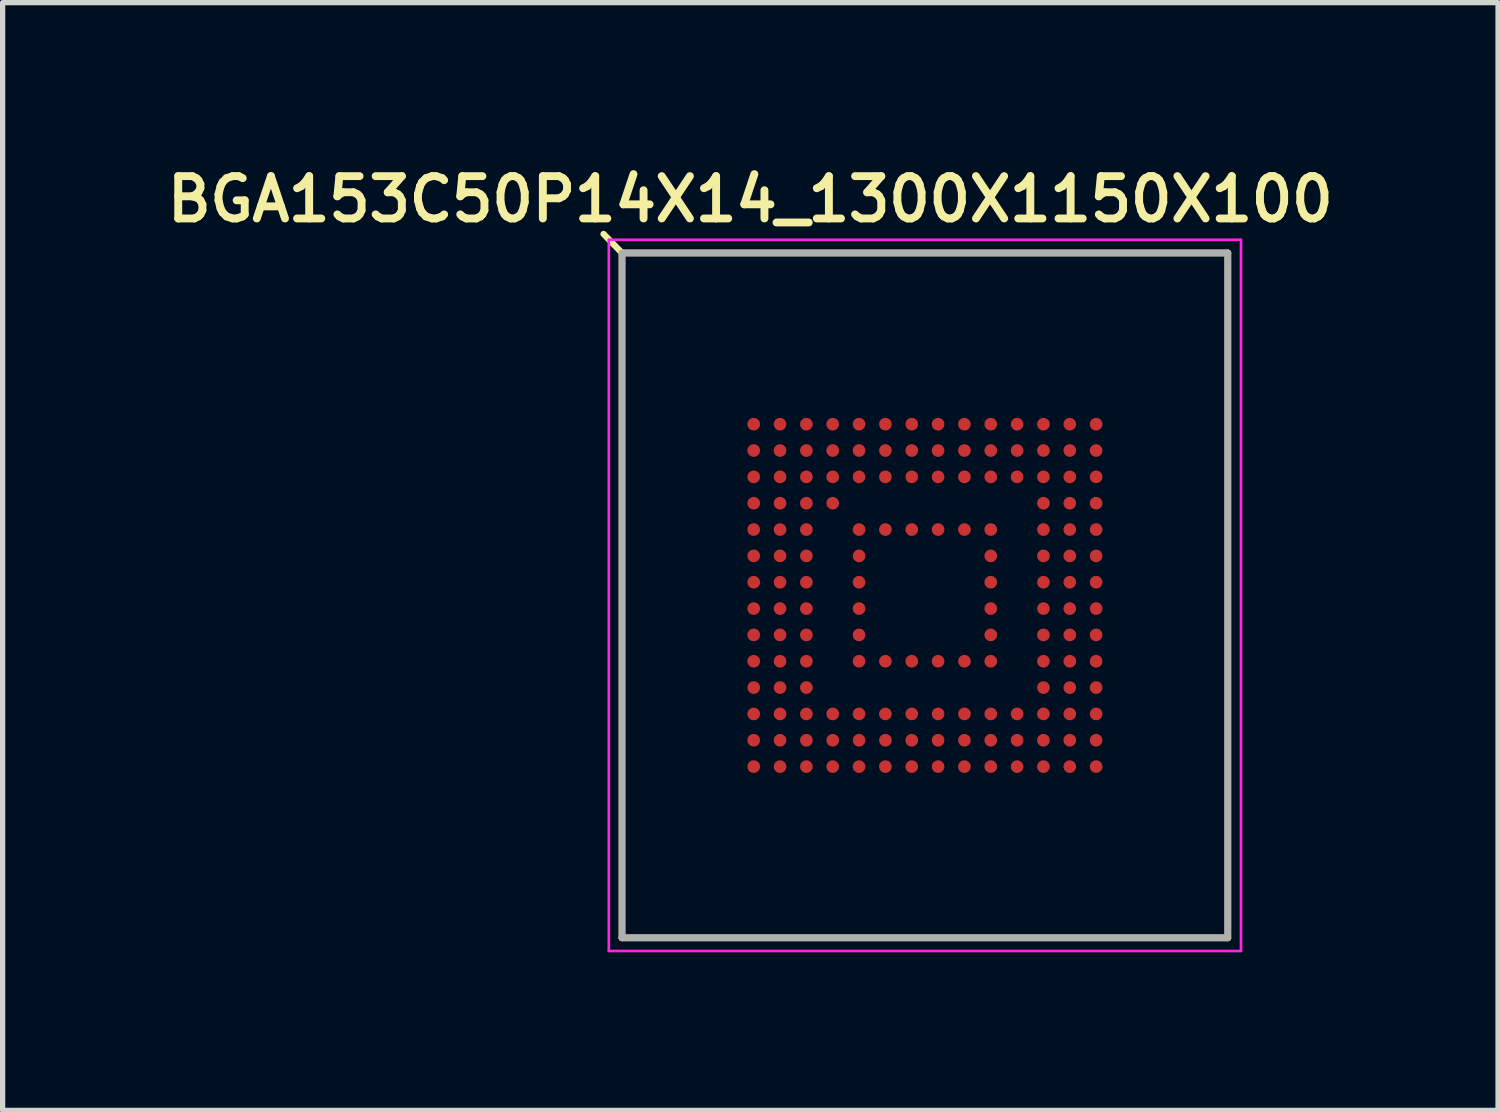
<source format=kicad_pcb>
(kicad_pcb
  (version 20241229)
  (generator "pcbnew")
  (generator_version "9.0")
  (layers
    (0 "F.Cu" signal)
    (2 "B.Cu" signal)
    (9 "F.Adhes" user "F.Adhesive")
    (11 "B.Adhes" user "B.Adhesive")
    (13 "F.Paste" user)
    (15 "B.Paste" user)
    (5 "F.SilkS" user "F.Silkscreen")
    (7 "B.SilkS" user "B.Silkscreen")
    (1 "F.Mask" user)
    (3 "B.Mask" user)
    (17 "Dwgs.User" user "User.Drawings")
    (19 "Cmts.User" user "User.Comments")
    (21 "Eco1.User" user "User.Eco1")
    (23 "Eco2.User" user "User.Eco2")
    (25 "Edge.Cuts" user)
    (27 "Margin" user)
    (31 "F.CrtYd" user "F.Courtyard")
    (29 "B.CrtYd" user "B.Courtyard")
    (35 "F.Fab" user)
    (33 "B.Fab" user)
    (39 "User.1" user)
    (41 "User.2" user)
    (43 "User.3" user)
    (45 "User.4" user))
  (footprint "BGA153C50P14X14_1300X1150X100"
    (layer "F.Cu")
    (at 14.507 8.252)
    (property "Reference" "BGA153C50P14X14_1300X1150X100" (at -3.314 -7.519 0) (layer "F.SilkS") (effects (font (size 0.803 0.803) (thickness 0.15))))
    (attr through_hole)
    (fp_line (start -5.75 -6.5) (end -6.1 -6.86) (stroke (width 0.12) (type solid)) (layer "F.SilkS"))
    (fp_line (start -5.75 -6.5) (end -5.75 6.5) (stroke (width 0.127) (type solid)) (layer "F.SilkS"))
    (fp_line (start -5.75 6.5) (end 5.75 6.5) (stroke (width 0.127) (type solid)) (layer "F.SilkS"))
    (fp_line (start 5.75 -6.5) (end -5.75 -6.5) (stroke (width 0.127) (type solid)) (layer "F.SilkS"))
    (fp_line (start 5.75 6.5) (end 5.75 -6.5) (stroke (width 0.127) (type solid)) (layer "F.SilkS"))
    (fp_line (start -6 -6.75) (end -6 6.75) (stroke (width 0.05) (type solid)) (layer "F.CrtYd"))
    (fp_line (start -6 6.75) (end 6 6.75) (stroke (width 0.05) (type solid)) (layer "F.CrtYd"))
    (fp_line (start 6 -6.75) (end -6 -6.75) (stroke (width 0.05) (type solid)) (layer "F.CrtYd"))
    (fp_line (start 6 6.75) (end 6 -6.75) (stroke (width 0.05) (type solid)) (layer "F.CrtYd"))
    (fp_line (start -5.75 -6.5) (end -5.75 6.5) (stroke (width 0.127) (type solid)) (layer "F.Fab"))
    (fp_line (start -5.75 6.5) (end 5.75 6.5) (stroke (width 0.127) (type solid)) (layer "F.Fab"))
    (fp_line (start 5.75 -6.5) (end -5.75 -6.5) (stroke (width 0.127) (type solid)) (layer "F.Fab"))
    (fp_line (start 5.75 6.5) (end 5.75 -6.5) (stroke (width 0.127) (type solid)) (layer "F.Fab"))
    (pad "A1" smd circle (at -3.25 -3.25 90) (size 0.24 0.24) (layers "F.Cu" "F.Mask" "F.Paste"))
    (pad "A2" smd circle (at -2.75 -3.25 90) (size 0.24 0.24) (layers "F.Cu" "F.Mask" "F.Paste"))
    (pad "A3" smd circle (at -2.25 -3.25 90) (size 0.24 0.24) (layers "F.Cu" "F.Mask" "F.Paste"))
    (pad "A4" smd circle (at -1.75 -3.25 90) (size 0.24 0.24) (layers "F.Cu" "F.Mask" "F.Paste"))
    (pad "A5" smd circle (at -1.25 -3.25 90) (size 0.24 0.24) (layers "F.Cu" "F.Mask" "F.Paste"))
    (pad "A6" smd circle (at -0.75 -3.25 90) (size 0.24 0.24) (layers "F.Cu" "F.Mask" "F.Paste"))
    (pad "A7" smd circle (at -0.25 -3.25 90) (size 0.24 0.24) (layers "F.Cu" "F.Mask" "F.Paste"))
    (pad "A8" smd circle (at 0.25 -3.25 90) (size 0.24 0.24) (layers "F.Cu" "F.Mask" "F.Paste"))
    (pad "A9" smd circle (at 0.75 -3.25 90) (size 0.24 0.24) (layers "F.Cu" "F.Mask" "F.Paste"))
    (pad "A10" smd circle (at 1.25 -3.25 90) (size 0.24 0.24) (layers "F.Cu" "F.Mask" "F.Paste"))
    (pad "A11" smd circle (at 1.75 -3.25 90) (size 0.24 0.24) (layers "F.Cu" "F.Mask" "F.Paste"))
    (pad "A12" smd circle (at 2.25 -3.25 90) (size 0.24 0.24) (layers "F.Cu" "F.Mask" "F.Paste"))
    (pad "A13" smd circle (at 2.75 -3.25 90) (size 0.24 0.24) (layers "F.Cu" "F.Mask" "F.Paste"))
    (pad "A14" smd circle (at 3.25 -3.25 90) (size 0.24 0.24) (layers "F.Cu" "F.Mask" "F.Paste"))
    (pad "B1" smd circle (at -3.25 -2.75 90) (size 0.24 0.24) (layers "F.Cu" "F.Mask" "F.Paste"))
    (pad "B2" smd circle (at -2.75 -2.75 90) (size 0.24 0.24) (layers "F.Cu" "F.Mask" "F.Paste"))
    (pad "B3" smd circle (at -2.25 -2.75 90) (size 0.24 0.24) (layers "F.Cu" "F.Mask" "F.Paste"))
    (pad "B4" smd circle (at -1.75 -2.75 90) (size 0.24 0.24) (layers "F.Cu" "F.Mask" "F.Paste"))
    (pad "B5" smd circle (at -1.25 -2.75 90) (size 0.24 0.24) (layers "F.Cu" "F.Mask" "F.Paste"))
    (pad "B6" smd circle (at -0.75 -2.75 90) (size 0.24 0.24) (layers "F.Cu" "F.Mask" "F.Paste"))
    (pad "B7" smd circle (at -0.25 -2.75 90) (size 0.24 0.24) (layers "F.Cu" "F.Mask" "F.Paste"))
    (pad "B8" smd circle (at 0.25 -2.75 90) (size 0.24 0.24) (layers "F.Cu" "F.Mask" "F.Paste"))
    (pad "B9" smd circle (at 0.75 -2.75 90) (size 0.24 0.24) (layers "F.Cu" "F.Mask" "F.Paste"))
    (pad "B10" smd circle (at 1.25 -2.75 90) (size 0.24 0.24) (layers "F.Cu" "F.Mask" "F.Paste"))
    (pad "B11" smd circle (at 1.75 -2.75 90) (size 0.24 0.24) (layers "F.Cu" "F.Mask" "F.Paste"))
    (pad "B12" smd circle (at 2.25 -2.75 90) (size 0.24 0.24) (layers "F.Cu" "F.Mask" "F.Paste"))
    (pad "B13" smd circle (at 2.75 -2.75 90) (size 0.24 0.24) (layers "F.Cu" "F.Mask" "F.Paste"))
    (pad "B14" smd circle (at 3.25 -2.75 90) (size 0.24 0.24) (layers "F.Cu" "F.Mask" "F.Paste"))
    (pad "C1" smd circle (at -3.25 -2.25 90) (size 0.24 0.24) (layers "F.Cu" "F.Mask" "F.Paste"))
    (pad "C2" smd circle (at -2.75 -2.25 90) (size 0.24 0.24) (layers "F.Cu" "F.Mask" "F.Paste"))
    (pad "C3" smd circle (at -2.25 -2.25 90) (size 0.24 0.24) (layers "F.Cu" "F.Mask" "F.Paste"))
    (pad "C4" smd circle (at -1.75 -2.25 90) (size 0.24 0.24) (layers "F.Cu" "F.Mask" "F.Paste"))
    (pad "C5" smd circle (at -1.25 -2.25 90) (size 0.24 0.24) (layers "F.Cu" "F.Mask" "F.Paste"))
    (pad "C6" smd circle (at -0.75 -2.25 90) (size 0.24 0.24) (layers "F.Cu" "F.Mask" "F.Paste"))
    (pad "C7" smd circle (at -0.25 -2.25 90) (size 0.24 0.24) (layers "F.Cu" "F.Mask" "F.Paste"))
    (pad "C8" smd circle (at 0.25 -2.25 90) (size 0.24 0.24) (layers "F.Cu" "F.Mask" "F.Paste"))
    (pad "C9" smd circle (at 0.75 -2.25 90) (size 0.24 0.24) (layers "F.Cu" "F.Mask" "F.Paste"))
    (pad "C10" smd circle (at 1.25 -2.25 90) (size 0.24 0.24) (layers "F.Cu" "F.Mask" "F.Paste"))
    (pad "C11" smd circle (at 1.75 -2.25 90) (size 0.24 0.24) (layers "F.Cu" "F.Mask" "F.Paste"))
    (pad "C12" smd circle (at 2.25 -2.25 90) (size 0.24 0.24) (layers "F.Cu" "F.Mask" "F.Paste"))
    (pad "C13" smd circle (at 2.75 -2.25 90) (size 0.24 0.24) (layers "F.Cu" "F.Mask" "F.Paste"))
    (pad "C14" smd circle (at 3.25 -2.25 90) (size 0.24 0.24) (layers "F.Cu" "F.Mask" "F.Paste"))
    (pad "D1" smd circle (at -3.25 -1.75 90) (size 0.24 0.24) (layers "F.Cu" "F.Mask" "F.Paste"))
    (pad "D2" smd circle (at -2.75 -1.75 90) (size 0.24 0.24) (layers "F.Cu" "F.Mask" "F.Paste"))
    (pad "D3" smd circle (at -2.25 -1.75 90) (size 0.24 0.24) (layers "F.Cu" "F.Mask" "F.Paste"))
    (pad "D4" smd circle (at -1.75 -1.75 90) (size 0.24 0.24) (layers "F.Cu" "F.Mask" "F.Paste"))
    (pad "D12" smd circle (at 2.25 -1.75 90) (size 0.24 0.24) (layers "F.Cu" "F.Mask" "F.Paste"))
    (pad "D13" smd circle (at 2.75 -1.75 90) (size 0.24 0.24) (layers "F.Cu" "F.Mask" "F.Paste"))
    (pad "D14" smd circle (at 3.25 -1.75 90) (size 0.24 0.24) (layers "F.Cu" "F.Mask" "F.Paste"))
    (pad "E1" smd circle (at -3.25 -1.25 90) (size 0.24 0.24) (layers "F.Cu" "F.Mask" "F.Paste"))
    (pad "E2" smd circle (at -2.75 -1.25 90) (size 0.24 0.24) (layers "F.Cu" "F.Mask" "F.Paste"))
    (pad "E3" smd circle (at -2.25 -1.25 90) (size 0.24 0.24) (layers "F.Cu" "F.Mask" "F.Paste"))
    (pad "E5" smd circle (at -1.25 -1.25 90) (size 0.24 0.24) (layers "F.Cu" "F.Mask" "F.Paste"))
    (pad "E6" smd circle (at -0.75 -1.25 90) (size 0.24 0.24) (layers "F.Cu" "F.Mask" "F.Paste"))
    (pad "E7" smd circle (at -0.25 -1.25 90) (size 0.24 0.24) (layers "F.Cu" "F.Mask" "F.Paste"))
    (pad "E8" smd circle (at 0.25 -1.25 90) (size 0.24 0.24) (layers "F.Cu" "F.Mask" "F.Paste"))
    (pad "E9" smd circle (at 0.75 -1.25 90) (size 0.24 0.24) (layers "F.Cu" "F.Mask" "F.Paste"))
    (pad "E10" smd circle (at 1.25 -1.25 90) (size 0.24 0.24) (layers "F.Cu" "F.Mask" "F.Paste"))
    (pad "E12" smd circle (at 2.25 -1.25 90) (size 0.24 0.24) (layers "F.Cu" "F.Mask" "F.Paste"))
    (pad "E13" smd circle (at 2.75 -1.25 90) (size 0.24 0.24) (layers "F.Cu" "F.Mask" "F.Paste"))
    (pad "E14" smd circle (at 3.25 -1.25 90) (size 0.24 0.24) (layers "F.Cu" "F.Mask" "F.Paste"))
    (pad "F1" smd circle (at -3.25 -0.75 90) (size 0.24 0.24) (layers "F.Cu" "F.Mask" "F.Paste"))
    (pad "F2" smd circle (at -2.75 -0.75 90) (size 0.24 0.24) (layers "F.Cu" "F.Mask" "F.Paste"))
    (pad "F3" smd circle (at -2.25 -0.75 90) (size 0.24 0.24) (layers "F.Cu" "F.Mask" "F.Paste"))
    (pad "F5" smd circle (at -1.25 -0.75 90) (size 0.24 0.24) (layers "F.Cu" "F.Mask" "F.Paste"))
    (pad "F10" smd circle (at 1.25 -0.75 90) (size 0.24 0.24) (layers "F.Cu" "F.Mask" "F.Paste"))
    (pad "F12" smd circle (at 2.25 -0.75 90) (size 0.24 0.24) (layers "F.Cu" "F.Mask" "F.Paste"))
    (pad "F13" smd circle (at 2.75 -0.75 90) (size 0.24 0.24) (layers "F.Cu" "F.Mask" "F.Paste"))
    (pad "F14" smd circle (at 3.25 -0.75 90) (size 0.24 0.24) (layers "F.Cu" "F.Mask" "F.Paste"))
    (pad "G1" smd circle (at -3.25 -0.25 90) (size 0.24 0.24) (layers "F.Cu" "F.Mask" "F.Paste"))
    (pad "G2" smd circle (at -2.75 -0.25 90) (size 0.24 0.24) (layers "F.Cu" "F.Mask" "F.Paste"))
    (pad "G3" smd circle (at -2.25 -0.25 90) (size 0.24 0.24) (layers "F.Cu" "F.Mask" "F.Paste"))
    (pad "G5" smd circle (at -1.25 -0.25 90) (size 0.24 0.24) (layers "F.Cu" "F.Mask" "F.Paste"))
    (pad "G10" smd circle (at 1.25 -0.25 90) (size 0.24 0.24) (layers "F.Cu" "F.Mask" "F.Paste"))
    (pad "G12" smd circle (at 2.25 -0.25 90) (size 0.24 0.24) (layers "F.Cu" "F.Mask" "F.Paste"))
    (pad "G13" smd circle (at 2.75 -0.25 90) (size 0.24 0.24) (layers "F.Cu" "F.Mask" "F.Paste"))
    (pad "G14" smd circle (at 3.25 -0.25 90) (size 0.24 0.24) (layers "F.Cu" "F.Mask" "F.Paste"))
    (pad "H1" smd circle (at -3.25 0.25 90) (size 0.24 0.24) (layers "F.Cu" "F.Mask" "F.Paste"))
    (pad "H2" smd circle (at -2.75 0.25 90) (size 0.24 0.24) (layers "F.Cu" "F.Mask" "F.Paste"))
    (pad "H3" smd circle (at -2.25 0.25 90) (size 0.24 0.24) (layers "F.Cu" "F.Mask" "F.Paste"))
    (pad "H5" smd circle (at -1.25 0.25 90) (size 0.24 0.24) (layers "F.Cu" "F.Mask" "F.Paste"))
    (pad "H10" smd circle (at 1.25 0.25 90) (size 0.24 0.24) (layers "F.Cu" "F.Mask" "F.Paste"))
    (pad "H12" smd circle (at 2.25 0.25 90) (size 0.24 0.24) (layers "F.Cu" "F.Mask" "F.Paste"))
    (pad "H13" smd circle (at 2.75 0.25 90) (size 0.24 0.24) (layers "F.Cu" "F.Mask" "F.Paste"))
    (pad "H14" smd circle (at 3.25 0.25 90) (size 0.24 0.24) (layers "F.Cu" "F.Mask" "F.Paste"))
    (pad "J1" smd circle (at -3.25 0.75 90) (size 0.24 0.24) (layers "F.Cu" "F.Mask" "F.Paste"))
    (pad "J2" smd circle (at -2.75 0.75 90) (size 0.24 0.24) (layers "F.Cu" "F.Mask" "F.Paste"))
    (pad "J3" smd circle (at -2.25 0.75 90) (size 0.24 0.24) (layers "F.Cu" "F.Mask" "F.Paste"))
    (pad "J5" smd circle (at -1.25 0.75 90) (size 0.24 0.24) (layers "F.Cu" "F.Mask" "F.Paste"))
    (pad "J10" smd circle (at 1.25 0.75 90) (size 0.24 0.24) (layers "F.Cu" "F.Mask" "F.Paste"))
    (pad "J12" smd circle (at 2.25 0.75 90) (size 0.24 0.24) (layers "F.Cu" "F.Mask" "F.Paste"))
    (pad "J13" smd circle (at 2.75 0.75 90) (size 0.24 0.24) (layers "F.Cu" "F.Mask" "F.Paste"))
    (pad "J14" smd circle (at 3.25 0.75 90) (size 0.24 0.24) (layers "F.Cu" "F.Mask" "F.Paste"))
    (pad "K1" smd circle (at -3.25 1.25 90) (size 0.24 0.24) (layers "F.Cu" "F.Mask" "F.Paste"))
    (pad "K2" smd circle (at -2.75 1.25 90) (size 0.24 0.24) (layers "F.Cu" "F.Mask" "F.Paste"))
    (pad "K3" smd circle (at -2.25 1.25 90) (size 0.24 0.24) (layers "F.Cu" "F.Mask" "F.Paste"))
    (pad "K5" smd circle (at -1.25 1.25 90) (size 0.24 0.24) (layers "F.Cu" "F.Mask" "F.Paste"))
    (pad "K6" smd circle (at -0.75 1.25 90) (size 0.24 0.24) (layers "F.Cu" "F.Mask" "F.Paste"))
    (pad "K7" smd circle (at -0.25 1.25 90) (size 0.24 0.24) (layers "F.Cu" "F.Mask" "F.Paste"))
    (pad "K8" smd circle (at 0.25 1.25 90) (size 0.24 0.24) (layers "F.Cu" "F.Mask" "F.Paste"))
    (pad "K9" smd circle (at 0.75 1.25 90) (size 0.24 0.24) (layers "F.Cu" "F.Mask" "F.Paste"))
    (pad "K10" smd circle (at 1.25 1.25 90) (size 0.24 0.24) (layers "F.Cu" "F.Mask" "F.Paste"))
    (pad "K12" smd circle (at 2.25 1.25 90) (size 0.24 0.24) (layers "F.Cu" "F.Mask" "F.Paste"))
    (pad "K13" smd circle (at 2.75 1.25 90) (size 0.24 0.24) (layers "F.Cu" "F.Mask" "F.Paste"))
    (pad "K14" smd circle (at 3.25 1.25 90) (size 0.24 0.24) (layers "F.Cu" "F.Mask" "F.Paste"))
    (pad "L1" smd circle (at -3.25 1.75 90) (size 0.24 0.24) (layers "F.Cu" "F.Mask" "F.Paste"))
    (pad "L2" smd circle (at -2.75 1.75 90) (size 0.24 0.24) (layers "F.Cu" "F.Mask" "F.Paste"))
    (pad "L3" smd circle (at -2.25 1.75 90) (size 0.24 0.24) (layers "F.Cu" "F.Mask" "F.Paste"))
    (pad "L12" smd circle (at 2.25 1.75 90) (size 0.24 0.24) (layers "F.Cu" "F.Mask" "F.Paste"))
    (pad "L13" smd circle (at 2.75 1.75 90) (size 0.24 0.24) (layers "F.Cu" "F.Mask" "F.Paste"))
    (pad "L14" smd circle (at 3.25 1.75 90) (size 0.24 0.24) (layers "F.Cu" "F.Mask" "F.Paste"))
    (pad "M1" smd circle (at -3.25 2.25 90) (size 0.24 0.24) (layers "F.Cu" "F.Mask" "F.Paste"))
    (pad "M2" smd circle (at -2.75 2.25 90) (size 0.24 0.24) (layers "F.Cu" "F.Mask" "F.Paste"))
    (pad "M3" smd circle (at -2.25 2.25 90) (size 0.24 0.24) (layers "F.Cu" "F.Mask" "F.Paste"))
    (pad "M4" smd circle (at -1.75 2.25 90) (size 0.24 0.24) (layers "F.Cu" "F.Mask" "F.Paste"))
    (pad "M5" smd circle (at -1.25 2.25 90) (size 0.24 0.24) (layers "F.Cu" "F.Mask" "F.Paste"))
    (pad "M6" smd circle (at -0.75 2.25 90) (size 0.24 0.24) (layers "F.Cu" "F.Mask" "F.Paste"))
    (pad "M7" smd circle (at -0.25 2.25 90) (size 0.24 0.24) (layers "F.Cu" "F.Mask" "F.Paste"))
    (pad "M8" smd circle (at 0.25 2.25 90) (size 0.24 0.24) (layers "F.Cu" "F.Mask" "F.Paste"))
    (pad "M9" smd circle (at 0.75 2.25 90) (size 0.24 0.24) (layers "F.Cu" "F.Mask" "F.Paste"))
    (pad "M10" smd circle (at 1.25 2.25 90) (size 0.24 0.24) (layers "F.Cu" "F.Mask" "F.Paste"))
    (pad "M11" smd circle (at 1.75 2.25 90) (size 0.24 0.24) (layers "F.Cu" "F.Mask" "F.Paste"))
    (pad "M12" smd circle (at 2.25 2.25 90) (size 0.24 0.24) (layers "F.Cu" "F.Mask" "F.Paste"))
    (pad "M13" smd circle (at 2.75 2.25 90) (size 0.24 0.24) (layers "F.Cu" "F.Mask" "F.Paste"))
    (pad "M14" smd circle (at 3.25 2.25 90) (size 0.24 0.24) (layers "F.Cu" "F.Mask" "F.Paste"))
    (pad "N1" smd circle (at -3.25 2.75 90) (size 0.24 0.24) (layers "F.Cu" "F.Mask" "F.Paste"))
    (pad "N2" smd circle (at -2.75 2.75 90) (size 0.24 0.24) (layers "F.Cu" "F.Mask" "F.Paste"))
    (pad "N3" smd circle (at -2.25 2.75 90) (size 0.24 0.24) (layers "F.Cu" "F.Mask" "F.Paste"))
    (pad "N4" smd circle (at -1.75 2.75 90) (size 0.24 0.24) (layers "F.Cu" "F.Mask" "F.Paste"))
    (pad "N5" smd circle (at -1.25 2.75 90) (size 0.24 0.24) (layers "F.Cu" "F.Mask" "F.Paste"))
    (pad "N6" smd circle (at -0.75 2.75 90) (size 0.24 0.24) (layers "F.Cu" "F.Mask" "F.Paste"))
    (pad "N7" smd circle (at -0.25 2.75 90) (size 0.24 0.24) (layers "F.Cu" "F.Mask" "F.Paste"))
    (pad "N8" smd circle (at 0.25 2.75 90) (size 0.24 0.24) (layers "F.Cu" "F.Mask" "F.Paste"))
    (pad "N9" smd circle (at 0.75 2.75 90) (size 0.24 0.24) (layers "F.Cu" "F.Mask" "F.Paste"))
    (pad "N10" smd circle (at 1.25 2.75 90) (size 0.24 0.24) (layers "F.Cu" "F.Mask" "F.Paste"))
    (pad "N11" smd circle (at 1.75 2.75 90) (size 0.24 0.24) (layers "F.Cu" "F.Mask" "F.Paste"))
    (pad "N12" smd circle (at 2.25 2.75 90) (size 0.24 0.24) (layers "F.Cu" "F.Mask" "F.Paste"))
    (pad "N13" smd circle (at 2.75 2.75 90) (size 0.24 0.24) (layers "F.Cu" "F.Mask" "F.Paste"))
    (pad "N14" smd circle (at 3.25 2.75 90) (size 0.24 0.24) (layers "F.Cu" "F.Mask" "F.Paste"))
    (pad "P1" smd circle (at -3.25 3.25 90) (size 0.24 0.24) (layers "F.Cu" "F.Mask" "F.Paste"))
    (pad "P2" smd circle (at -2.75 3.25 90) (size 0.24 0.24) (layers "F.Cu" "F.Mask" "F.Paste"))
    (pad "P3" smd circle (at -2.25 3.25 90) (size 0.24 0.24) (layers "F.Cu" "F.Mask" "F.Paste"))
    (pad "P4" smd circle (at -1.75 3.25 90) (size 0.24 0.24) (layers "F.Cu" "F.Mask" "F.Paste"))
    (pad "P5" smd circle (at -1.25 3.25 90) (size 0.24 0.24) (layers "F.Cu" "F.Mask" "F.Paste"))
    (pad "P6" smd circle (at -0.75 3.25 90) (size 0.24 0.24) (layers "F.Cu" "F.Mask" "F.Paste"))
    (pad "P7" smd circle (at -0.25 3.25 90) (size 0.24 0.24) (layers "F.Cu" "F.Mask" "F.Paste"))
    (pad "P8" smd circle (at 0.25 3.25 90) (size 0.24 0.24) (layers "F.Cu" "F.Mask" "F.Paste"))
    (pad "P9" smd circle (at 0.75 3.25 90) (size 0.24 0.24) (layers "F.Cu" "F.Mask" "F.Paste"))
    (pad "P10" smd circle (at 1.25 3.25 90) (size 0.24 0.24) (layers "F.Cu" "F.Mask" "F.Paste"))
    (pad "P11" smd circle (at 1.75 3.25 90) (size 0.24 0.24) (layers "F.Cu" "F.Mask" "F.Paste"))
    (pad "P12" smd circle (at 2.25 3.25 90) (size 0.24 0.24) (layers "F.Cu" "F.Mask" "F.Paste"))
    (pad "P13" smd circle (at 2.75 3.25 90) (size 0.24 0.24) (layers "F.Cu" "F.Mask" "F.Paste"))
    (pad "P14" smd circle (at 3.25 3.25 90) (size 0.24 0.24) (layers "F.Cu" "F.Mask" "F.Paste")))
  (gr_rect
    (start -3 -3)
    (end 25.386 18.027)
    (stroke (width 0.1) (type default))
    (fill no)
    (layer "Edge.Cuts")))
</source>
